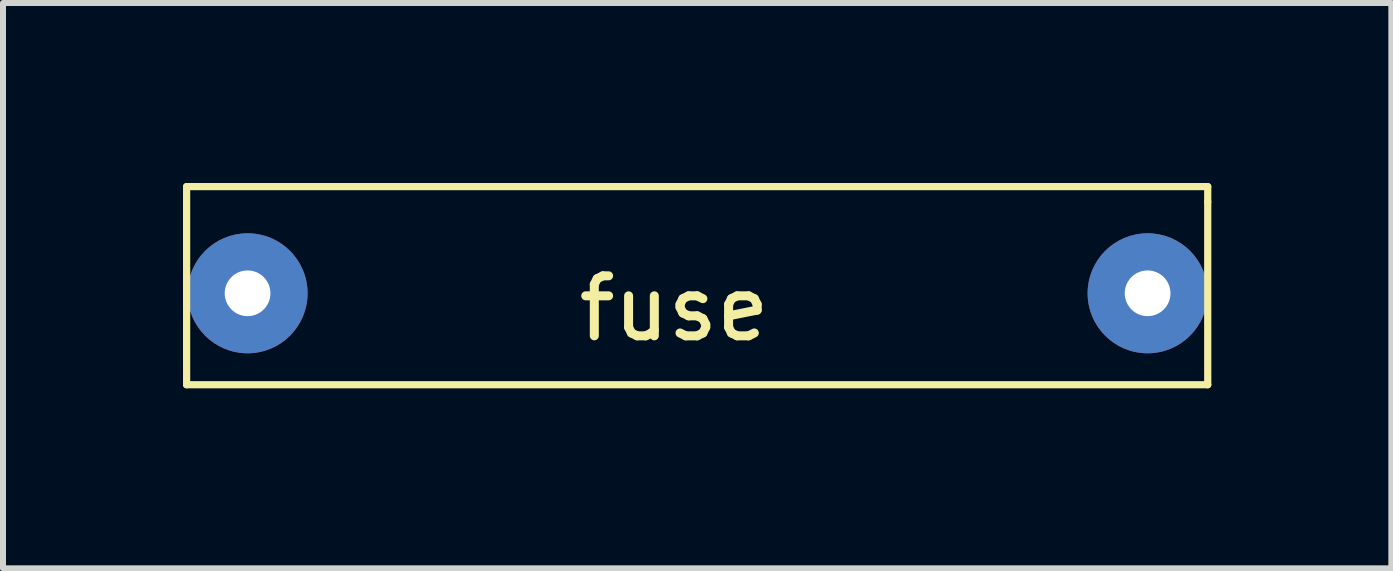
<source format=kicad_pcb>
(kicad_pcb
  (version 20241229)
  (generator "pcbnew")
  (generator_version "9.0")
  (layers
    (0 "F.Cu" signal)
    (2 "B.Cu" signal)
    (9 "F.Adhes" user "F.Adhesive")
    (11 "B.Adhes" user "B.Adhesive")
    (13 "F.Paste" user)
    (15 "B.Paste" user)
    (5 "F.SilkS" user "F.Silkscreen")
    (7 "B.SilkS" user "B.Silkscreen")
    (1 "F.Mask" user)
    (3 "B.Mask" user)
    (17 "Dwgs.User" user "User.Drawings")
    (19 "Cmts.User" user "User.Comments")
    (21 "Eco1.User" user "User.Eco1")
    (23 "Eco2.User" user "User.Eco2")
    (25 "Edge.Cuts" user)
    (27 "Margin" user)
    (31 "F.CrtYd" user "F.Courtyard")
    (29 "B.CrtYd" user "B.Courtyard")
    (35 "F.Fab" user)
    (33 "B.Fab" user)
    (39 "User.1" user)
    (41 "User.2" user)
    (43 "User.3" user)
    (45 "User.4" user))
  (footprint "fuse"
    (layer "F.Cu")
    (at 1.076 1.838)
    (property "Reference" "fuse" (at 7.112 0.254 0) (layer "F.SilkS") (effects (font (size 1 1) (thickness 0.15))))
    (attr through_hole)
    (fp_line (start -1.016 -1.778) (end -1.016 1.524) (stroke (width 0.12) (type solid)) (layer "F.SilkS"))
    (fp_line (start -1.016 1.524) (end 16.002 1.524) (stroke (width 0.12) (type solid)) (layer "F.SilkS"))
    (fp_line (start 16.002 -1.778) (end -1.016 -1.778) (stroke (width 0.12) (type solid)) (layer "F.SilkS"))
    (fp_line (start 16.002 -1.524) (end 16.002 -1.778) (stroke (width 0.12) (type solid)) (layer "F.SilkS"))
    (fp_line (start 16.002 1.524) (end 16.002 -1.524) (stroke (width 0.12) (type solid)) (layer "F.SilkS"))
    (pad "1" thru_hole circle (at 0 0) (size 2 2) (drill 0.762) (layers "*.Cu" "*.Mask"))
    (pad "2" thru_hole circle (at 15 0) (size 2 2) (drill 0.762) (layers "*.Cu" "*.Mask")))
  (gr_rect
    (start -3 -3)
    (end 20.138 6.422)
    (stroke (width 0.1) (type default))
    (fill no)
    (layer "Edge.Cuts")))
</source>
